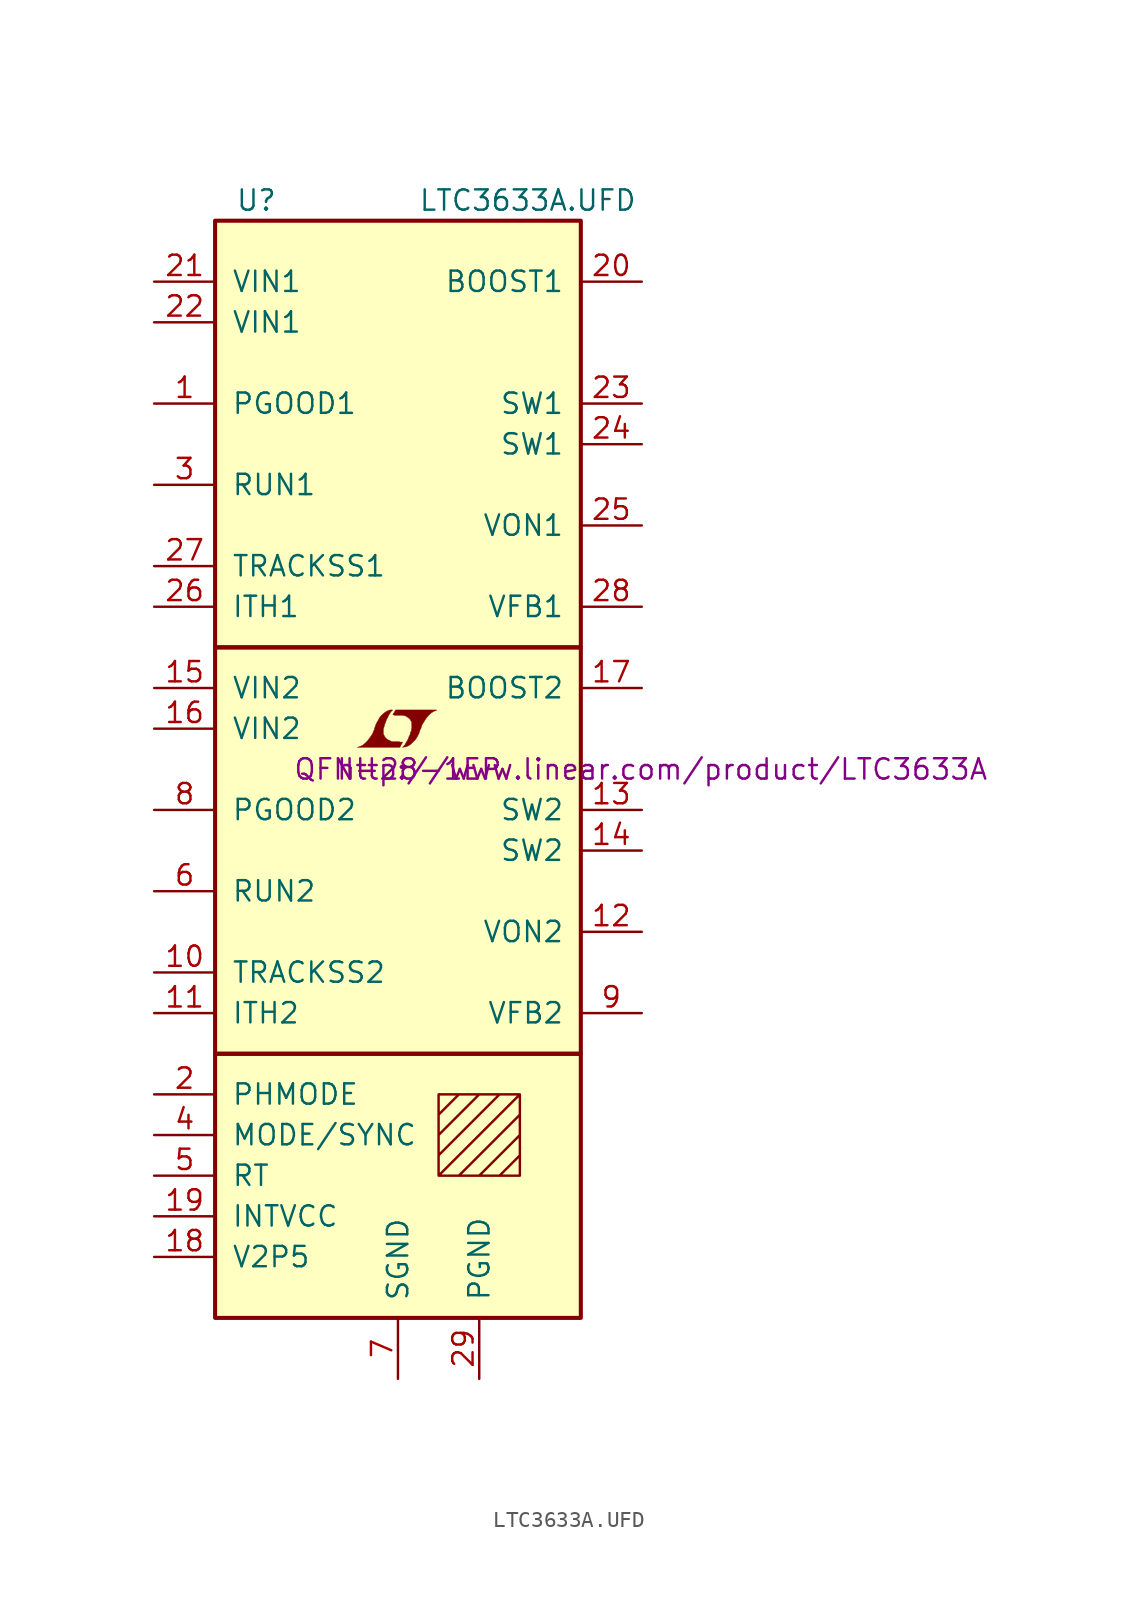
<source format=kicad_sym>
(kicad_symbol_lib
  (version 20201005)
  (generator kicad_symbol_editor)
  (symbol "LTC3633A.UFD"
    (pin_names
      (offset 1.016))
    (property "Reference" "U"
      (at -10.16 35.56 0)
      (effects (font (size 1.27 1.27)) (justify left)))
    (property "Value" "LTC3633A.UFD"
      (at 1.27 35.56 0)
      (effects (font (size 1.27 1.27)) (justify left)))
    (property "Footprint" "QFN-28-1EP"
      (at 0 0 0)
      (effects (font (size 1.27 1.27))))
    (property "Datasheet" "http://www.linear.com/product/LTC3633A"
      (at 16.51 0 0)
      (effects (font (size 1.27 1.27))))
    (symbol "LTC3633A.UFD_0_0"
      (polyline (pts (xy 0.203 1.549) (xy 0.229 1.575) (xy 0.279 1.676) (xy 0.279 1.702) (xy 0.152 1.702) (xy 0.051 1.727) (xy -0.406 1.727) (xy -0.432 1.753) (xy -0.686 1.88) (xy -0.787 1.981) (xy -0.864 2.108) (xy -0.914 2.21) (xy -0.914 2.515) (xy -0.864 2.667) (xy -0.838 2.769) (xy -0.813 2.845) (xy -0.762 2.972) (xy -0.711 3.124) (xy -0.635 3.251) (xy -0.584 3.378) (xy -0.508 3.48) (xy -0.457 3.581) (xy -0.33 3.708) (xy -0.508 3.708) (xy -0.635 3.658) (xy -0.737 3.607) (xy -0.813 3.556) (xy -0.94 3.454) (xy -1.118 3.277) (xy -1.372 2.819) (xy -1.473 2.54) (xy -1.473 2.489) (xy -1.524 2.388) (xy -1.575 2.261) (xy -1.626 2.159) (xy -1.753 1.981) (xy -1.905 1.778) (xy -2.057 1.626) (xy -2.21 1.499) (xy -2.388 1.422) (xy -2.54 1.372) (xy 0.127 1.372) (xy 0.203 1.549)) (stroke (width 0.025)) (fill (type outline)))
      (polyline (pts (xy 0.406 1.397) (xy 0.483 1.397) (xy 0.66 1.473) (xy 0.813 1.575) (xy 1.092 1.854) (xy 1.219 2.057) (xy 1.321 2.261) (xy 1.397 2.515) (xy 1.422 2.515) (xy 1.499 2.769) (xy 1.753 3.175) (xy 1.905 3.353) (xy 2.057 3.505) (xy 2.21 3.607) (xy 2.388 3.683) (xy 2.413 3.683) (xy 2.413 3.708) (xy -0.152 3.708) (xy -0.229 3.556) (xy -0.254 3.531) (xy -0.305 3.429) (xy -0.33 3.404) (xy -0.279 3.404) (xy -0.229 3.378) (xy 0.305 3.378) (xy 0.356 3.353) (xy 0.406 3.353) (xy 0.483 3.327) (xy 0.61 3.251) (xy 0.737 3.15) (xy 0.813 3.023) (xy 0.838 2.972) (xy 0.864 2.946) (xy 0.864 2.54) (xy 0.838 2.489) (xy 0.838 2.413) (xy 0.787 2.311) (xy 0.762 2.184) (xy 0.686 2.032) (xy 0.635 1.88) (xy 0.483 1.626) (xy 0.432 1.524) (xy 0.279 1.372) (xy 0.406 1.397)) (stroke (width 0.025)) (fill (type outline))))
    (symbol "LTC3633A.UFD_0_1"
      (rectangle (start -11.43 -17.78) (end 11.43 -34.29) (stroke (width 0.254)) (fill (type background)))
      (rectangle (start -11.43 7.62) (end 11.43 -17.78) (stroke (width 0.254)) (fill (type background)))
      (rectangle (start -11.43 34.29) (end 11.43 7.62) (stroke (width 0.254)) (fill (type background)))
      (polyline (pts (xy 2.54 -21.59) (xy 3.81 -20.32) (xy 5.08 -20.32) (xy 2.54 -22.86) (xy 2.54 -24.13) (xy 6.35 -20.32) (xy 7.62 -20.32) (xy 2.54 -25.4) (xy 3.81 -25.4) (xy 7.62 -21.59) (xy 7.62 -22.86) (xy 5.08 -25.4) (xy 6.35 -25.4) (xy 7.62 -24.13) (xy 7.62 -25.4) (xy 2.54 -25.4) (xy 2.54 -20.32) (xy 7.62 -20.32) (xy 7.62 -25.4)) (stroke (width 0)) (fill (type none))))
    (symbol "LTC3633A.UFD_1_1"
      (pin open_collector line (at -15.24 22.86 0) (length 3.81) (name "PGOOD1" (effects (font (size 1.27 1.27)))) (number "1" (effects (font (size 1.27 1.27)))))
      (pin passive line (at -15.24 -12.7 0) (length 3.81) (name "TRACKSS2" (effects (font (size 1.27 1.27)))) (number "10" (effects (font (size 1.27 1.27)))))
      (pin passive line (at -15.24 -15.24 0) (length 3.81) (name "ITH2" (effects (font (size 1.27 1.27)))) (number "11" (effects (font (size 1.27 1.27)))))
      (pin passive line (at 15.24 -10.16 180) (length 3.81) (name "VON2" (effects (font (size 1.27 1.27)))) (number "12" (effects (font (size 1.27 1.27)))))
      (pin passive line (at 15.24 -2.54 180) (length 3.81) (name "SW2" (effects (font (size 1.27 1.27)))) (number "13" (effects (font (size 1.27 1.27)))))
      (pin passive line (at 15.24 -5.08 180) (length 3.81) (name "SW2" (effects (font (size 1.27 1.27)))) (number "14" (effects (font (size 1.27 1.27)))))
      (pin power_in line (at -15.24 5.08 0) (length 3.81) (name "VIN2" (effects (font (size 1.27 1.27)))) (number "15" (effects (font (size 1.27 1.27)))))
      (pin power_in line (at -15.24 2.54 0) (length 3.81) (name "VIN2" (effects (font (size 1.27 1.27)))) (number "16" (effects (font (size 1.27 1.27)))))
      (pin passive line (at 15.24 5.08 180) (length 3.81) (name "BOOST2" (effects (font (size 1.27 1.27)))) (number "17" (effects (font (size 1.27 1.27)))))
      (pin passive line (at -15.24 -30.48 0) (length 3.81) (name "V2P5" (effects (font (size 1.27 1.27)))) (number "18" (effects (font (size 1.27 1.27)))))
      (pin passive line (at -15.24 -27.94 0) (length 3.81) (name "INTVCC" (effects (font (size 1.27 1.27)))) (number "19" (effects (font (size 1.27 1.27)))))
      (pin input line (at -15.24 -20.32 0) (length 3.81) (name "PHMODE" (effects (font (size 1.27 1.27)))) (number "2" (effects (font (size 1.27 1.27)))))
      (pin passive line (at 15.24 30.48 180) (length 3.81) (name "BOOST1" (effects (font (size 1.27 1.27)))) (number "20" (effects (font (size 1.27 1.27)))))
      (pin power_in line (at -15.24 30.48 0) (length 3.81) (name "VIN1" (effects (font (size 1.27 1.27)))) (number "21" (effects (font (size 1.27 1.27)))))
      (pin power_in line (at -15.24 27.94 0) (length 3.81) (name "VIN1" (effects (font (size 1.27 1.27)))) (number "22" (effects (font (size 1.27 1.27)))))
      (pin passive line (at 15.24 22.86 180) (length 3.81) (name "SW1" (effects (font (size 1.27 1.27)))) (number "23" (effects (font (size 1.27 1.27)))))
      (pin passive line (at 15.24 20.32 180) (length 3.81) (name "SW1" (effects (font (size 1.27 1.27)))) (number "24" (effects (font (size 1.27 1.27)))))
      (pin passive line (at 15.24 15.24 180) (length 3.81) (name "VON1" (effects (font (size 1.27 1.27)))) (number "25" (effects (font (size 1.27 1.27)))))
      (pin passive line (at -15.24 10.16 0) (length 3.81) (name "ITH1" (effects (font (size 1.27 1.27)))) (number "26" (effects (font (size 1.27 1.27)))))
      (pin passive line (at -15.24 12.7 0) (length 3.81) (name "TRACKSS1" (effects (font (size 1.27 1.27)))) (number "27" (effects (font (size 1.27 1.27)))))
      (pin passive line (at 15.24 10.16 180) (length 3.81) (name "VFB1" (effects (font (size 1.27 1.27)))) (number "28" (effects (font (size 1.27 1.27)))))
      (pin power_in line (at 5.08 -38.1 90) (length 3.81) (name "PGND" (effects (font (size 1.27 1.27)))) (number "29" (effects (font (size 1.27 1.27)))))
      (pin input line (at -15.24 17.78 0) (length 3.81) (name "RUN1" (effects (font (size 1.27 1.27)))) (number "3" (effects (font (size 1.27 1.27)))))
      (pin input line (at -15.24 -22.86 0) (length 3.81) (name "MODE/SYNC" (effects (font (size 1.27 1.27)))) (number "4" (effects (font (size 1.27 1.27)))))
      (pin passive line (at -15.24 -25.4 0) (length 3.81) (name "RT" (effects (font (size 1.27 1.27)))) (number "5" (effects (font (size 1.27 1.27)))))
      (pin input line (at -15.24 -7.62 0) (length 3.81) (name "RUN2" (effects (font (size 1.27 1.27)))) (number "6" (effects (font (size 1.27 1.27)))))
      (pin power_in line (at 0 -38.1 90) (length 3.81) (name "SGND" (effects (font (size 1.27 1.27)))) (number "7" (effects (font (size 1.27 1.27)))))
      (pin open_collector line (at -15.24 -2.54 0) (length 3.81) (name "PGOOD2" (effects (font (size 1.27 1.27)))) (number "8" (effects (font (size 1.27 1.27)))))
      (pin passive line (at 15.24 -15.24 180) (length 3.81) (name "VFB2" (effects (font (size 1.27 1.27)))) (number "9" (effects (font (size 1.27 1.27))))))))
</source>
